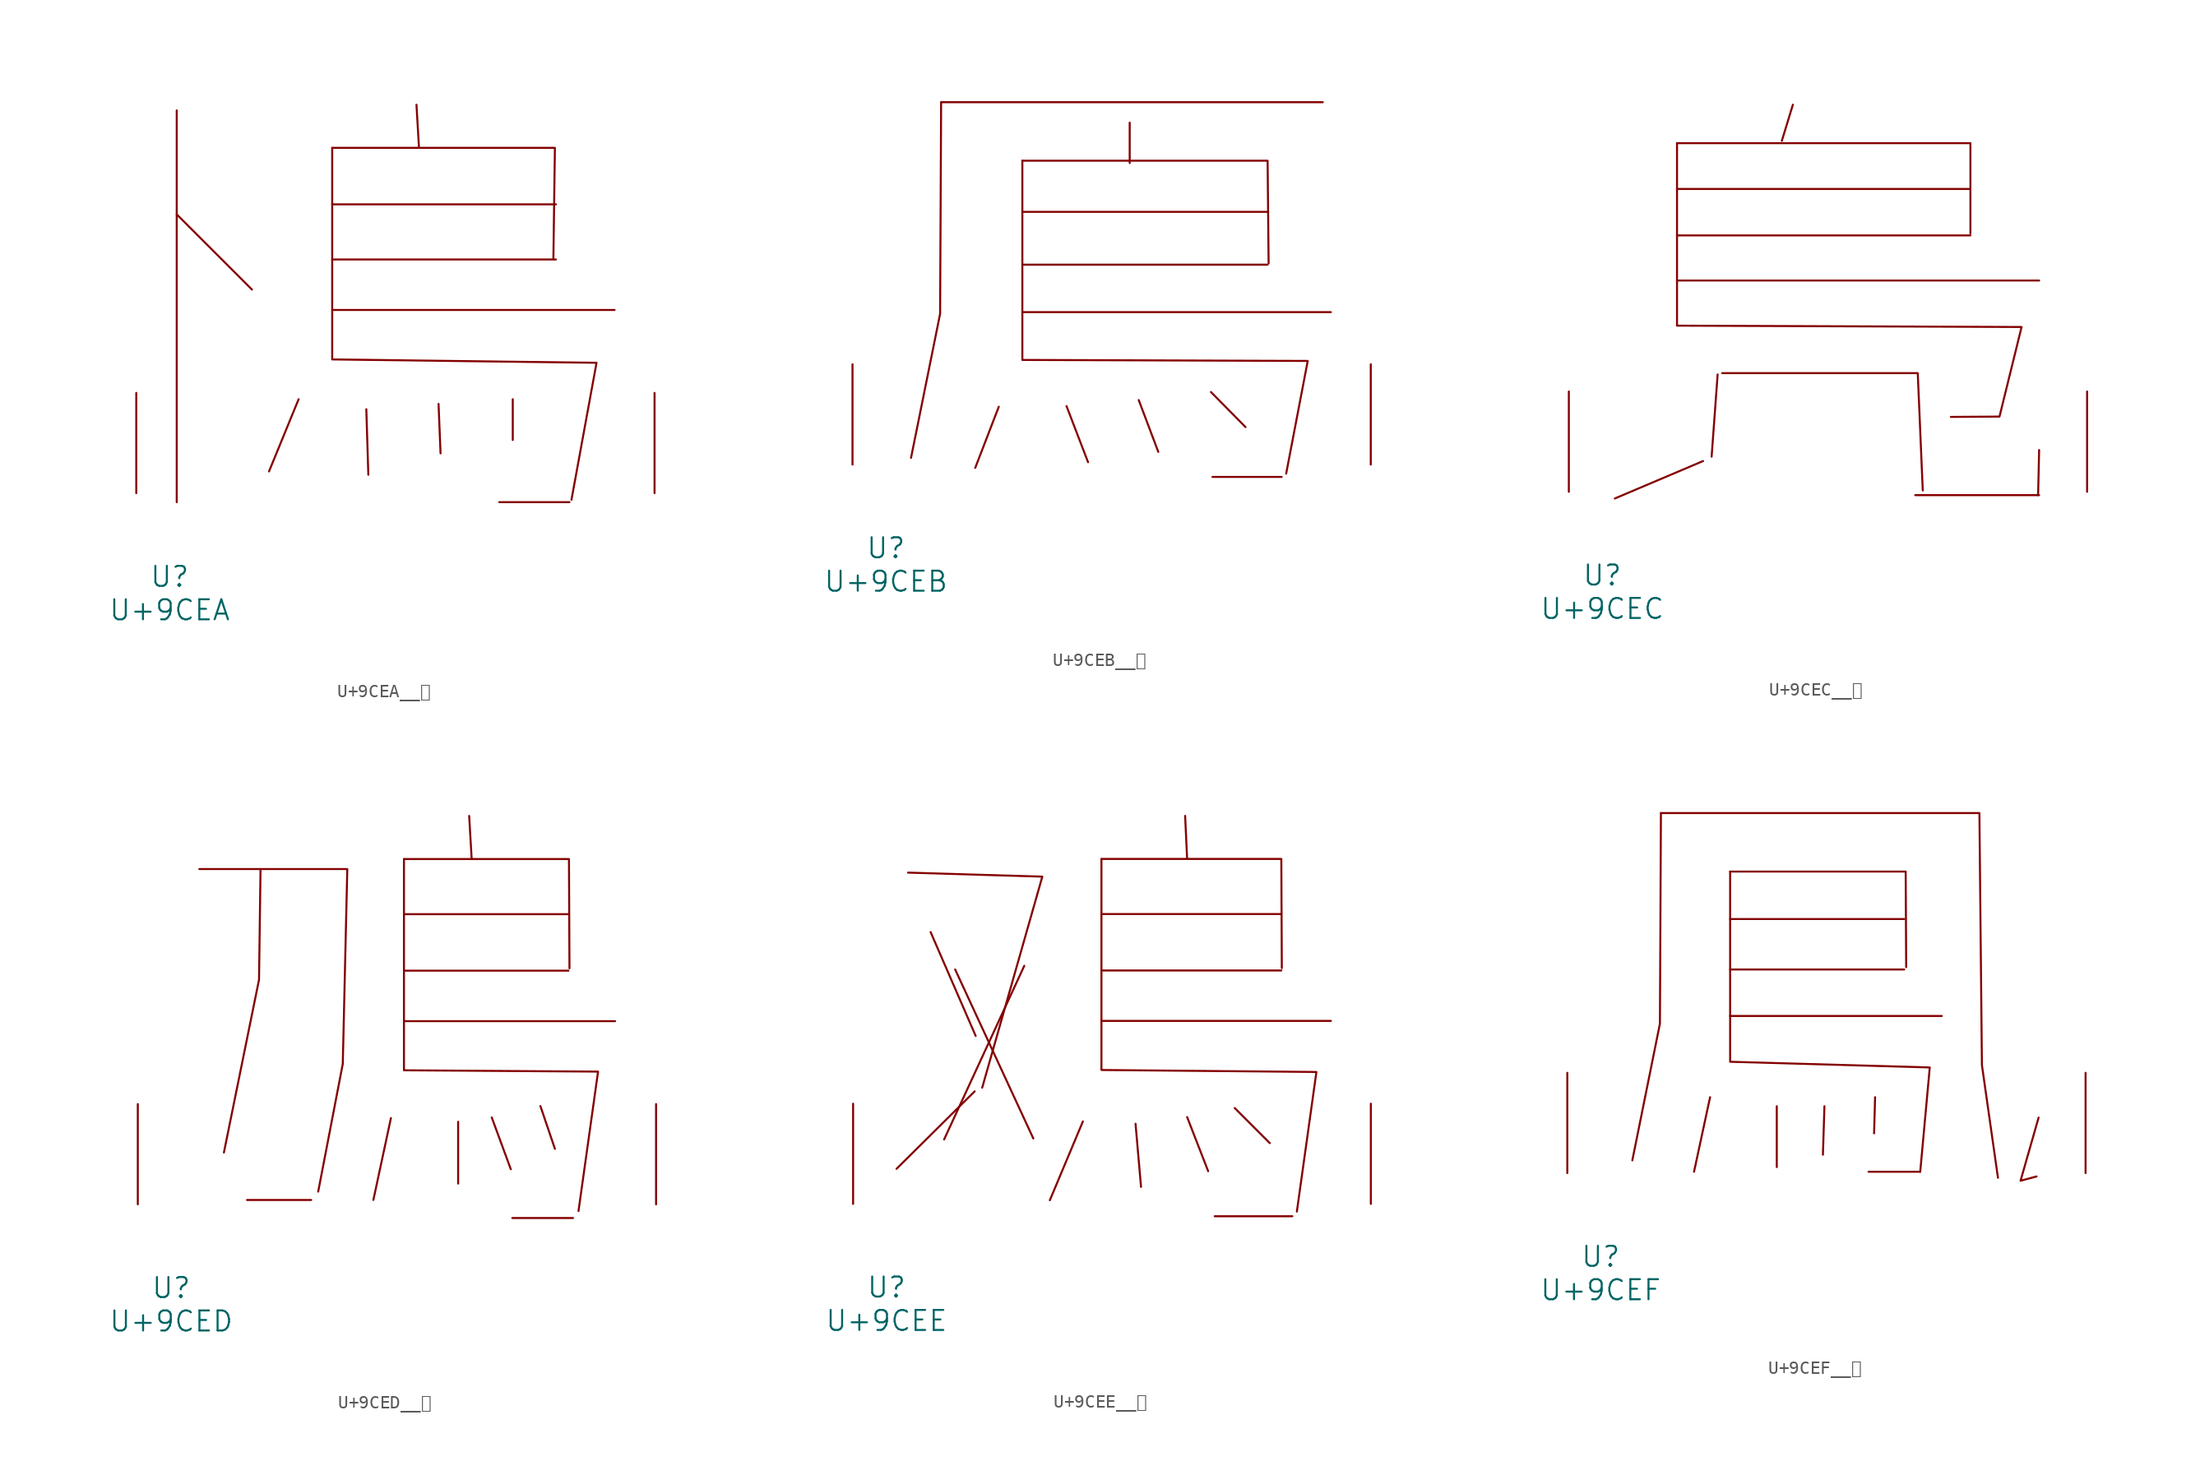
<source format=kicad_sym>
(kicad_symbol_lib
  (version 20231120)
  (generator "kicad_symbol_editor")
  (generator_version "8.0")
  (symbol "U+9CEA__鳪"
    (pin_names
      (offset 1.016))
    (property "Reference" "U"
      (at 0 -6.35 0)
      (effects (font (size 1.524 1.524))))
    (property "Value" "U+9CEA"
      (at 0 -8.89 0)
      (effects (font (size 1.524 1.524))))
    (symbol "U+9CEA__鳪_0_1"
      (polyline (pts (xy 0.533 21.184) (xy 6.248 15.469)) (stroke (width 0) (type solid)) (fill (type none)))
      (polyline (pts (xy 0.533 29.083) (xy 0.533 -0.686)) (stroke (width 0) (type solid)) (fill (type none)))
      (polyline (pts (xy 9.792 7.137) (xy 7.544 1.651)) (stroke (width 0) (type solid)) (fill (type none)))
      (polyline (pts (xy 12.344 13.919) (xy 33.795 13.919)) (stroke (width 0) (type solid)) (fill (type none)))
      (polyline (pts (xy 12.344 17.755) (xy 29.337 17.755)) (stroke (width 0) (type solid)) (fill (type none)))
      (polyline (pts (xy 12.344 21.946) (xy 29.337 21.946)) (stroke (width 0) (type solid)) (fill (type none)))
      (polyline (pts (xy 14.935 6.375) (xy 15.088 1.397)) (stroke (width 0) (type solid)) (fill (type none)))
      (polyline (pts (xy 18.745 29.515) (xy 18.936 26.238)) (stroke (width 0) (type solid)) (fill (type none)))
      (polyline (pts (xy 20.422 6.782) (xy 20.574 3.023)) (stroke (width 0) (type solid)) (fill (type none)))
      (polyline (pts (xy 25.032 -0.686) (xy 30.366 -0.686)) (stroke (width 0) (type solid)) (fill (type none)))
      (polyline (pts (xy 26.06 7.137) (xy 26.06 4.039)) (stroke (width 0) (type solid)) (fill (type none)))
      (polyline (pts (xy 12.344 26.238) (xy 29.261 26.238) (xy 29.146 17.831)) (stroke (width 0) (type solid)) (fill (type none)))
      (polyline (pts (xy 12.344 26.238) (xy 12.344 10.16) (xy 32.423 9.906) (xy 30.518 -0.508)) (stroke (width 0) (type solid)) (fill (type none)))
      (pin input line (at -2.54 0 90) (length 7.62) (name "~" (effects (font (size 1.27 1.27)))) (number "~" (effects (font (size 1.27 1.27)))))
      (pin input line (at 36.83 0 90) (length 7.62) (name "~" (effects (font (size 1.27 1.27)))) (number "~" (effects (font (size 1.27 1.27)))))))
  (symbol "U+9CEB__鳫"
    (pin_names
      (offset 1.016))
    (property "Reference" "U"
      (at 0 -6.35 0)
      (effects (font (size 1.524 1.524))))
    (property "Value" "U+9CEB"
      (at 0 -8.89 0)
      (effects (font (size 1.524 1.524))))
    (symbol "U+9CEB__鳫_0_1"
      (polyline (pts (xy 4.191 27.534) (xy 33.185 27.534)) (stroke (width 0) (type solid)) (fill (type none)))
      (polyline (pts (xy 8.572 4.394) (xy 6.782 -0.254)) (stroke (width 0) (type solid)) (fill (type none)))
      (polyline (pts (xy 10.363 11.582) (xy 33.795 11.582)) (stroke (width 0) (type solid)) (fill (type none)))
      (polyline (pts (xy 10.363 15.189) (xy 28.994 15.189)) (stroke (width 0) (type solid)) (fill (type none)))
      (polyline (pts (xy 10.363 19.202) (xy 28.994 19.202)) (stroke (width 0) (type solid)) (fill (type none)))
      (polyline (pts (xy 13.716 4.445) (xy 15.354 0.178)) (stroke (width 0) (type solid)) (fill (type none)))
      (polyline (pts (xy 18.517 25.984) (xy 18.517 22.911)) (stroke (width 0) (type solid)) (fill (type none)))
      (polyline (pts (xy 19.202 4.902) (xy 20.688 0.965)) (stroke (width 0) (type solid)) (fill (type none)))
      (polyline (pts (xy 24.689 5.512) (xy 27.318 2.845)) (stroke (width 0) (type solid)) (fill (type none)))
      (polyline (pts (xy 24.803 -0.94) (xy 30.061 -0.94)) (stroke (width 0) (type solid)) (fill (type none)))
      (polyline (pts (xy 4.191 27.534) (xy 4.115 11.455) (xy 1.905 0.508)) (stroke (width 0) (type solid)) (fill (type none)))
      (polyline (pts (xy 10.363 23.089) (xy 28.994 23.089) (xy 29.07 15.291)) (stroke (width 0) (type solid)) (fill (type none)))
      (polyline (pts (xy 10.363 23.089) (xy 10.363 7.95) (xy 32.042 7.874) (xy 30.404 -0.686)) (stroke (width 0) (type solid)) (fill (type none)))
      (pin input line (at -2.54 0 90) (length 7.62) (name "~" (effects (font (size 1.27 1.27)))) (number "~" (effects (font (size 1.27 1.27)))))
      (pin input line (at 36.83 0 90) (length 7.62) (name "~" (effects (font (size 1.27 1.27)))) (number "~" (effects (font (size 1.27 1.27)))))))
  (symbol "U+9CEC__鳬"
    (pin_names
      (offset 1.016))
    (property "Reference" "U"
      (at 0 -6.35 0)
      (effects (font (size 1.524 1.524))))
    (property "Value" "U+9CEC"
      (at 0 -8.89 0)
      (effects (font (size 1.524 1.524))))
    (symbol "U+9CEC__鳬_0_1"
      (polyline (pts (xy 5.677 16.053) (xy 33.185 16.053)) (stroke (width 0) (type solid)) (fill (type none)))
      (polyline (pts (xy 5.677 19.482) (xy 27.965 19.482)) (stroke (width 0) (type solid)) (fill (type none)))
      (polyline (pts (xy 5.677 23.012) (xy 27.965 23.012)) (stroke (width 0) (type solid)) (fill (type none)))
      (polyline (pts (xy 7.658 2.337) (xy 0.953 -0.508)) (stroke (width 0) (type solid)) (fill (type none)))
      (polyline (pts (xy 8.763 8.915) (xy 8.306 2.667)) (stroke (width 0) (type solid)) (fill (type none)))
      (polyline (pts (xy 14.478 29.413) (xy 13.64 26.67)) (stroke (width 0) (type solid)) (fill (type none)))
      (polyline (pts (xy 23.774 -0.254) (xy 33.185 -0.254)) (stroke (width 0) (type solid)) (fill (type none)))
      (polyline (pts (xy 33.185 3.175) (xy 33.109 -0.254)) (stroke (width 0) (type solid)) (fill (type none)))
      (polyline (pts (xy 5.677 26.492) (xy 27.965 26.492) (xy 27.965 19.634)) (stroke (width 0) (type solid)) (fill (type none)))
      (polyline (pts (xy 9.106 9.017) (xy 23.965 9.017) (xy 24.346 0.102)) (stroke (width 0) (type solid)) (fill (type none)))
      (polyline (pts (xy 5.677 26.492) (xy 5.677 12.624) (xy 31.852 12.522) (xy 30.175 5.715) (xy 26.48 5.69)) (stroke (width 0) (type solid)) (fill (type none)))
      (pin input line (at -2.54 0 90) (length 7.62) (name "~" (effects (font (size 1.27 1.27)))) (number "~" (effects (font (size 1.27 1.27)))))
      (pin input line (at 36.83 0 90) (length 7.62) (name "~" (effects (font (size 1.27 1.27)))) (number "~" (effects (font (size 1.27 1.27)))))))
  (symbol "U+9CED__鳭"
    (pin_names
      (offset 1.016))
    (property "Reference" "U"
      (at 0 -6.35 0)
      (effects (font (size 1.524 1.524))))
    (property "Value" "U+9CED"
      (at 0 -8.89 0)
      (effects (font (size 1.524 1.524))))
    (symbol "U+9CED__鳭_0_1"
      (polyline (pts (xy 5.753 0.33) (xy 10.63 0.33)) (stroke (width 0) (type solid)) (fill (type none)))
      (polyline (pts (xy 16.688 6.553) (xy 15.354 0.33)) (stroke (width 0) (type solid)) (fill (type none)))
      (polyline (pts (xy 17.678 13.919) (xy 33.718 13.919)) (stroke (width 0) (type solid)) (fill (type none)))
      (polyline (pts (xy 17.678 17.755) (xy 30.175 17.755)) (stroke (width 0) (type solid)) (fill (type none)))
      (polyline (pts (xy 17.678 22.047) (xy 30.175 22.047)) (stroke (width 0) (type solid)) (fill (type none)))
      (polyline (pts (xy 21.793 6.274) (xy 21.793 1.575)) (stroke (width 0) (type solid)) (fill (type none)))
      (polyline (pts (xy 22.631 29.515) (xy 22.822 26.238)) (stroke (width 0) (type solid)) (fill (type none)))
      (polyline (pts (xy 24.346 6.604) (xy 25.794 2.667)) (stroke (width 0) (type solid)) (fill (type none)))
      (polyline (pts (xy 25.908 -1.041) (xy 30.518 -1.041)) (stroke (width 0) (type solid)) (fill (type none)))
      (polyline (pts (xy 28.042 7.468) (xy 29.146 4.216)) (stroke (width 0) (type solid)) (fill (type none)))
      (polyline (pts (xy 6.782 25.476) (xy 6.668 17.069) (xy 4 3.937)) (stroke (width 0) (type solid)) (fill (type none)))
      (polyline (pts (xy 17.678 26.238) (xy 30.213 26.238) (xy 30.251 17.932)) (stroke (width 0) (type solid)) (fill (type none)))
      (polyline (pts (xy 2.134 25.476) (xy 13.373 25.476) (xy 13.03 10.668) (xy 11.163 0.965)) (stroke (width 0) (type solid)) (fill (type none)))
      (polyline (pts (xy 17.678 26.238) (xy 17.678 10.185) (xy 32.423 10.084) (xy 30.937 -0.508)) (stroke (width 0) (type solid)) (fill (type none)))
      (pin input line (at -2.54 0 90) (length 7.62) (name "~" (effects (font (size 1.27 1.27)))) (number "~" (effects (font (size 1.27 1.27)))))
      (pin input line (at 36.83 0 90) (length 7.62) (name "~" (effects (font (size 1.27 1.27)))) (number "~" (effects (font (size 1.27 1.27)))))))
  (symbol "U+9CEE__鳮"
    (pin_names
      (offset 1.016))
    (property "Reference" "U"
      (at 0 -6.35 0)
      (effects (font (size 1.524 1.524))))
    (property "Value" "U+9CEE"
      (at 0 -8.89 0)
      (effects (font (size 1.524 1.524))))
    (symbol "U+9CEE__鳮_0_1"
      (polyline (pts (xy 3.353 20.676) (xy 6.782 12.776)) (stroke (width 0) (type solid)) (fill (type none)))
      (polyline (pts (xy 5.22 17.831) (xy 11.163 4.978)) (stroke (width 0) (type solid)) (fill (type none)))
      (polyline (pts (xy 6.706 8.56) (xy 0.762 2.667)) (stroke (width 0) (type solid)) (fill (type none)))
      (polyline (pts (xy 10.477 18.11) (xy 4.381 4.902)) (stroke (width 0) (type solid)) (fill (type none)))
      (polyline (pts (xy 14.935 6.274) (xy 12.421 0.279)) (stroke (width 0) (type solid)) (fill (type none)))
      (polyline (pts (xy 16.345 13.919) (xy 33.795 13.919)) (stroke (width 0) (type solid)) (fill (type none)))
      (polyline (pts (xy 16.345 17.755) (xy 30.023 17.755)) (stroke (width 0) (type solid)) (fill (type none)))
      (polyline (pts (xy 16.345 22.047) (xy 30.023 22.047)) (stroke (width 0) (type solid)) (fill (type none)))
      (polyline (pts (xy 18.936 6.096) (xy 19.355 1.295)) (stroke (width 0) (type solid)) (fill (type none)))
      (polyline (pts (xy 22.708 29.515) (xy 22.86 26.238)) (stroke (width 0) (type solid)) (fill (type none)))
      (polyline (pts (xy 22.86 6.604) (xy 24.46 2.489)) (stroke (width 0) (type solid)) (fill (type none)))
      (polyline (pts (xy 24.956 -0.94) (xy 30.861 -0.94)) (stroke (width 0) (type solid)) (fill (type none)))
      (polyline (pts (xy 26.48 7.29) (xy 29.146 4.623)) (stroke (width 0) (type solid)) (fill (type none)))
      (polyline (pts (xy 1.638 25.197) (xy 11.849 24.892) (xy 7.277 8.839)) (stroke (width 0) (type solid)) (fill (type none)))
      (polyline (pts (xy 16.345 26.238) (xy 30.023 26.238) (xy 30.061 17.932)) (stroke (width 0) (type solid)) (fill (type none)))
      (polyline (pts (xy 16.345 26.238) (xy 16.345 10.185) (xy 32.69 10.033) (xy 31.204 -0.584)) (stroke (width 0) (type solid)) (fill (type none)))
      (pin input line (at -2.54 0 90) (length 7.62) (name "~" (effects (font (size 1.27 1.27)))) (number "~" (effects (font (size 1.27 1.27)))))
      (pin input line (at 36.83 0 90) (length 7.62) (name "~" (effects (font (size 1.27 1.27)))) (number "~" (effects (font (size 1.27 1.27)))))))
  (symbol "U+9CEF__鳯"
    (pin_names
      (offset 1.016))
    (property "Reference" "U"
      (at 0 -6.35 0)
      (effects (font (size 1.524 1.524))))
    (property "Value" "U+9CEF"
      (at 0 -8.89 0)
      (effects (font (size 1.524 1.524))))
    (symbol "U+9CEF__鳯_0_1"
      (polyline (pts (xy 8.306 5.766) (xy 7.087 0.102)) (stroke (width 0) (type solid)) (fill (type none)))
      (polyline (pts (xy 9.83 11.938) (xy 25.908 11.938)) (stroke (width 0) (type solid)) (fill (type none)))
      (polyline (pts (xy 9.83 15.469) (xy 23.05 15.469)) (stroke (width 0) (type solid)) (fill (type none)))
      (polyline (pts (xy 9.83 19.304) (xy 23.05 19.304)) (stroke (width 0) (type solid)) (fill (type none)))
      (polyline (pts (xy 13.373 5.08) (xy 13.373 0.457)) (stroke (width 0) (type solid)) (fill (type none)))
      (polyline (pts (xy 16.993 5.08) (xy 16.878 1.397)) (stroke (width 0) (type solid)) (fill (type none)))
      (polyline (pts (xy 20.345 0.102) (xy 24.27 0.102)) (stroke (width 0) (type solid)) (fill (type none)))
      (polyline (pts (xy 20.841 5.766) (xy 20.765 3.023)) (stroke (width 0) (type solid)) (fill (type none)))
      (polyline (pts (xy 4.572 27.356) (xy 4.496 11.354) (xy 2.4 0.965)) (stroke (width 0) (type solid)) (fill (type none)))
      (polyline (pts (xy 9.83 22.911) (xy 23.165 22.911) (xy 23.203 15.646)) (stroke (width 0) (type solid)) (fill (type none)))
      (polyline (pts (xy 33.261 4.216) (xy 31.89 -0.584) (xy 33.109 -0.254)) (stroke (width 0) (type solid)) (fill (type none)))
      (polyline (pts (xy 4.572 27.356) (xy 28.765 27.356) (xy 28.956 8.204) (xy 30.175 -0.356)) (stroke (width 0) (type solid)) (fill (type none)))
      (polyline (pts (xy 9.83 22.911) (xy 9.83 8.458) (xy 24.994 8.026) (xy 24.27 0.102)) (stroke (width 0) (type solid)) (fill (type none)))
      (pin input line (at -2.54 0 90) (length 7.62) (name "~" (effects (font (size 1.27 1.27)))) (number "~" (effects (font (size 1.27 1.27)))))
      (pin input line (at 36.83 0 90) (length 7.62) (name "~" (effects (font (size 1.27 1.27)))) (number "~" (effects (font (size 1.27 1.27))))))))
</source>
